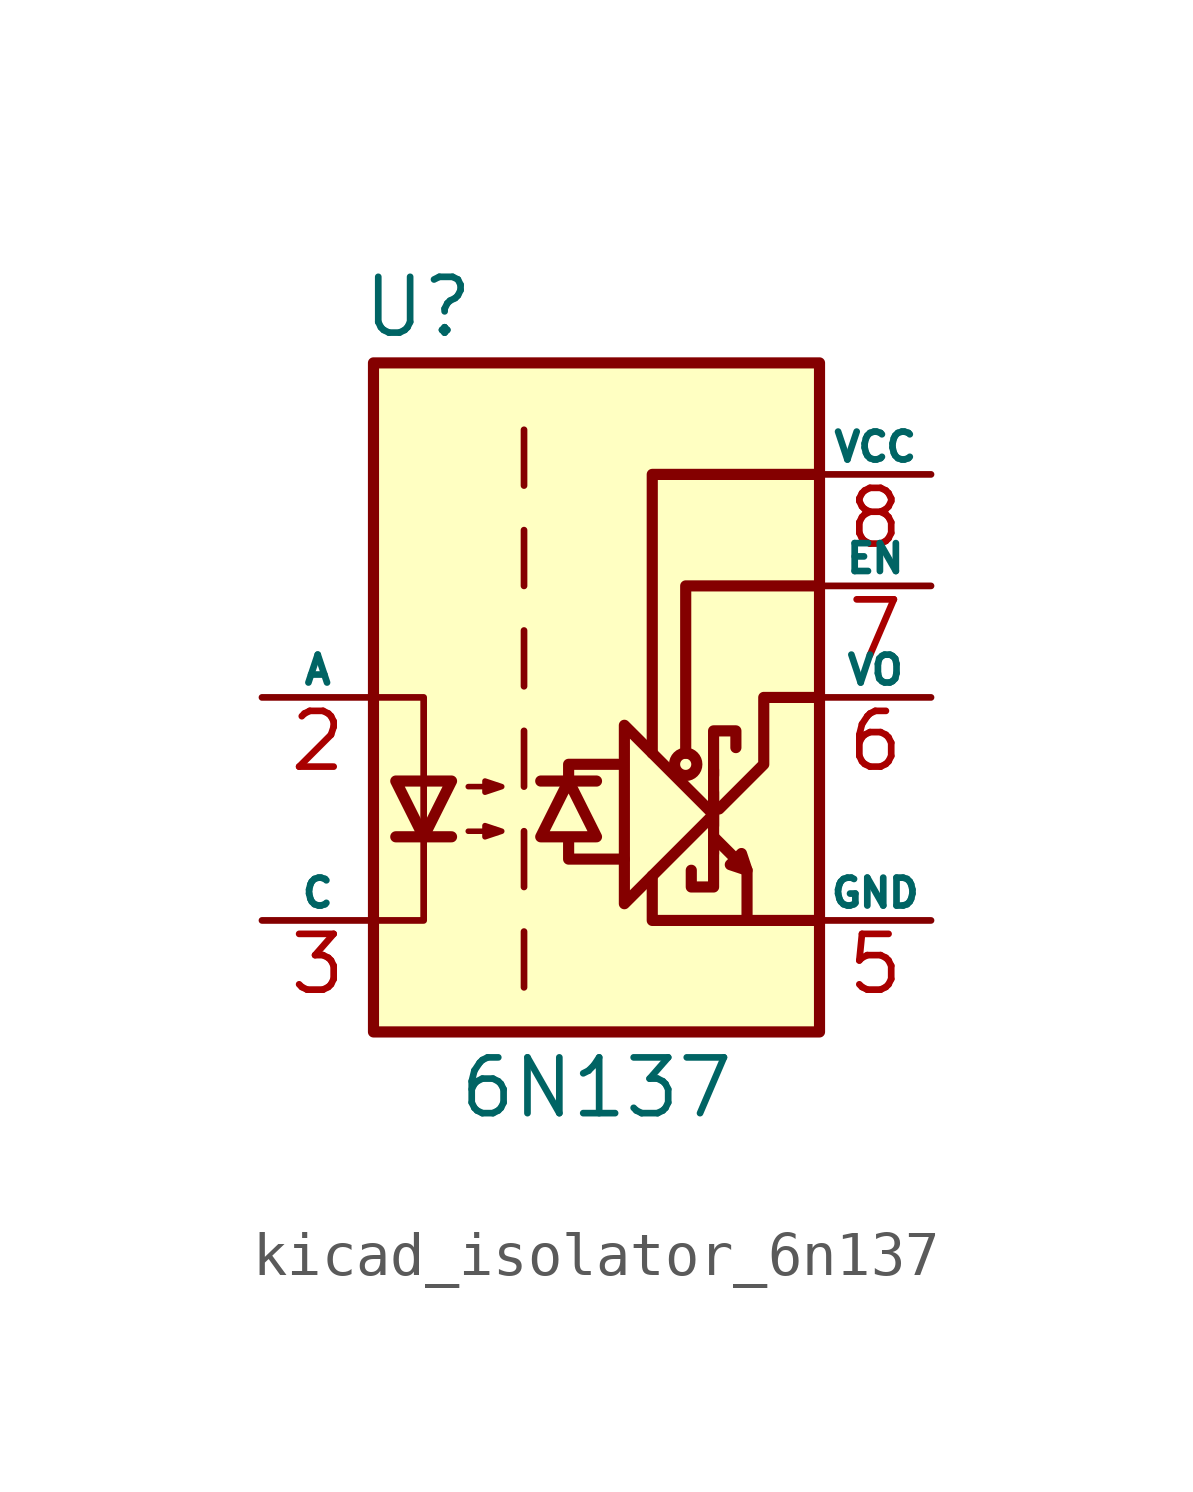
<source format=kicad_sym>
(kicad_symbol_lib
  (version 20220914)
  (generator kicad_symbol_editor)
  (symbol "kicad_isolator_6n137"
    (pin_names
      (offset 0))
    (property "Reference" "U"
      (at -4.064 8.89 0)
      (effects (font (size 1.27 1.27))))
    (property "Value" "6N137"
      (at 0 -8.89 0)
      (effects (font (size 1.27 1.27))))
    (symbol "kicad_isolator_6n137_0_1"
      (polyline (pts (xy 2.667 -3.556) (xy 2.667 -1.651)) (stroke (width 0.254) (type default)) (fill (type none)))
      (polyline (pts (xy 2.667 -2.159) (xy 2.667 -2.921)) (stroke (width 0.254) (type default)) (fill (type none)))
      (polyline (pts (xy 3.429 -3.937) (xy 3.429 -5.08)) (stroke (width 0.254) (type default)) (fill (type none)))
      (polyline (pts (xy -0.635 -3.302) (xy -0.635 -3.683) (xy 0.635 -3.683)) (stroke (width 0.254) (type default)) (fill (type none)))
      (polyline (pts (xy -0.635 -1.905) (xy -0.635 -1.524) (xy 0.508 -1.524)) (stroke (width 0.254) (type default)) (fill (type none)))
      (polyline (pts (xy 1.27 -4.064) (xy 1.27 -5.08) (xy 5.08 -5.08)) (stroke (width 0.254) (type default)) (fill (type none)))
      (polyline (pts (xy 1.27 -1.27) (xy 1.27 5.08) (xy 5.08 5.08)) (stroke (width 0.254) (type default)) (fill (type none)))
      (polyline (pts (xy 2.032 -1.27) (xy 2.032 2.54) (xy 5.08 2.54)) (stroke (width 0.254) (type default)) (fill (type none)))
      (polyline (pts (xy -5.08 -5.08) (xy -3.937 -5.08) (xy -3.937 0) (xy -5.08 0)) (stroke (width 0) (type default)) (fill (type none)))
      (polyline (pts (xy 2.667 -3.302) (xy 2.667 -4.318) (xy 2.159 -4.318) (xy 2.159 -3.937)) (stroke (width 0.254) (type default)) (fill (type none)))
      (polyline (pts (xy 2.667 -2.667) (xy 0.635 -4.699) (xy 0.635 -0.635) (xy 2.667 -2.667)) (stroke (width 0.254) (type default)) (fill (type none)))
      (polyline (pts (xy 2.667 -1.778) (xy 2.667 -0.762) (xy 3.175 -0.762) (xy 3.175 -1.143)) (stroke (width 0.254) (type default)) (fill (type none)))
      (polyline (pts (xy 2.794 -2.54) (xy 3.81 -1.524) (xy 3.81 0) (xy 5.08 0)) (stroke (width 0.254) (type default)) (fill (type none)))
      (polyline (pts (xy 2.667 -3.175) (xy 3.429 -3.937) (xy 3.302 -3.556) (xy 3.048 -3.81) (xy 3.429 -3.937)) (stroke (width 0.254) (type default)) (fill (type none)))
      (circle (center 2.032 -1.524) (radius 0.254) (stroke (width 0.254) (type default)) (fill (type none))))
    (symbol "kicad_isolator_6n137_1_1"
      (rectangle (start -5.08 7.62) (end 5.08 -7.62) (stroke (width 0.254) (type default)) (fill (type background)))
      (polyline (pts (xy -4.572 -3.175) (xy -3.302 -3.175)) (stroke (width 0.254) (type default)) (fill (type none)))
      (polyline (pts (xy -1.651 -5.334) (xy -1.651 -6.604)) (stroke (width 0) (type default)) (fill (type none)))
      (polyline (pts (xy -1.651 -3.048) (xy -1.651 -4.318)) (stroke (width 0) (type default)) (fill (type none)))
      (polyline (pts (xy -1.651 -0.762) (xy -1.651 -2.032)) (stroke (width 0) (type default)) (fill (type none)))
      (polyline (pts (xy -1.651 1.524) (xy -1.651 0.254)) (stroke (width 0) (type default)) (fill (type none)))
      (polyline (pts (xy -1.651 3.81) (xy -1.651 2.54)) (stroke (width 0) (type default)) (fill (type none)))
      (polyline (pts (xy -1.651 6.096) (xy -1.651 4.826)) (stroke (width 0) (type default)) (fill (type none)))
      (polyline (pts (xy -1.27 -1.905) (xy 0 -1.905)) (stroke (width 0.254) (type default)) (fill (type none)))
      (polyline (pts (xy -3.937 -3.175) (xy -4.572 -1.905) (xy -3.302 -1.905) (xy -3.937 -3.175)) (stroke (width 0.254) (type default)) (fill (type none)))
      (polyline (pts (xy -0.635 -1.905) (xy -1.27 -3.175) (xy 0 -3.175) (xy -0.635 -1.905)) (stroke (width 0.254) (type default)) (fill (type none)))
      (polyline (pts (xy -2.921 -3.048) (xy -2.159 -3.048) (xy -2.54 -3.175) (xy -2.54 -2.921) (xy -2.159 -3.048)) (stroke (width 0.127) (type default)) (fill (type none)))
      (polyline (pts (xy -2.921 -2.032) (xy -2.159 -2.032) (xy -2.54 -2.159) (xy -2.54 -1.905) (xy -2.159 -2.032)) (stroke (width 0.127) (type default)) (fill (type none)))
      (pin no_connect line (at -5.08 5.08 0) (length 2.54) hide (name "NC" (effects (font (size 0.635 0.635)))) (number "1" (effects (font (size 1.27 1.27)))))
      (pin passive line (at -7.62 0 0) (length 2.54) (name "A" (effects (font (size 0.635 0.635)))) (number "2" (effects (font (size 1.27 1.27)))))
      (pin passive line (at -7.62 -5.08 0) (length 2.54) (name "C" (effects (font (size 0.635 0.635)))) (number "3" (effects (font (size 1.27 1.27)))))
      (pin power_in line (at 7.62 -5.08 180) (length 2.54) (name "GND" (effects (font (size 0.635 0.635)))) (number "5" (effects (font (size 1.27 1.27)))))
      (pin open_collector line (at 7.62 0 180) (length 2.54) (name "VO" (effects (font (size 0.635 0.635)))) (number "6" (effects (font (size 1.27 1.27)))))
      (pin input line (at 7.62 2.54 180) (length 2.54) (name "EN" (effects (font (size 0.635 0.635)))) (number "7" (effects (font (size 1.27 1.27)))))
      (pin power_in line (at 7.62 5.08 180) (length 2.54) (name "VCC" (effects (font (size 0.635 0.635)))) (number "8" (effects (font (size 1.27 1.27))))))))
</source>
